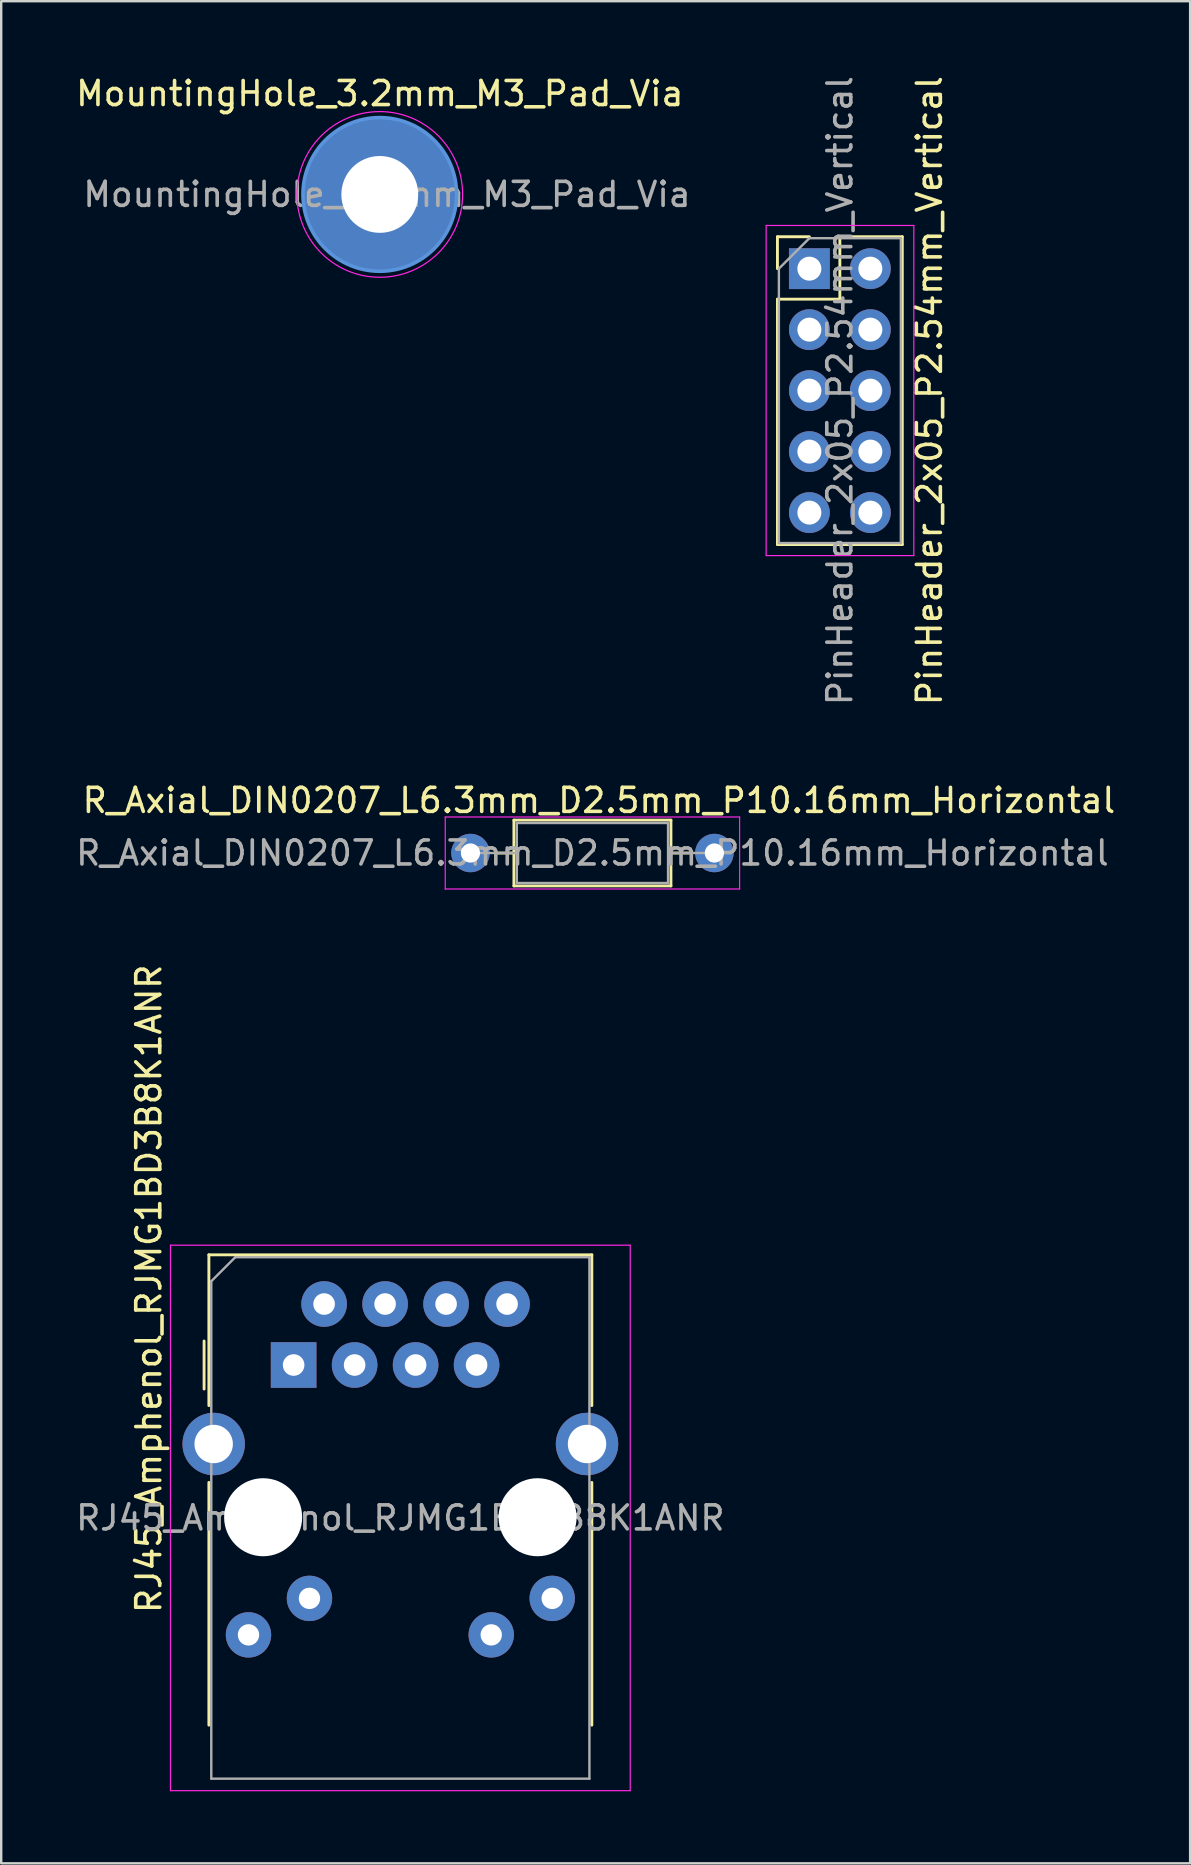
<source format=kicad_pcb>
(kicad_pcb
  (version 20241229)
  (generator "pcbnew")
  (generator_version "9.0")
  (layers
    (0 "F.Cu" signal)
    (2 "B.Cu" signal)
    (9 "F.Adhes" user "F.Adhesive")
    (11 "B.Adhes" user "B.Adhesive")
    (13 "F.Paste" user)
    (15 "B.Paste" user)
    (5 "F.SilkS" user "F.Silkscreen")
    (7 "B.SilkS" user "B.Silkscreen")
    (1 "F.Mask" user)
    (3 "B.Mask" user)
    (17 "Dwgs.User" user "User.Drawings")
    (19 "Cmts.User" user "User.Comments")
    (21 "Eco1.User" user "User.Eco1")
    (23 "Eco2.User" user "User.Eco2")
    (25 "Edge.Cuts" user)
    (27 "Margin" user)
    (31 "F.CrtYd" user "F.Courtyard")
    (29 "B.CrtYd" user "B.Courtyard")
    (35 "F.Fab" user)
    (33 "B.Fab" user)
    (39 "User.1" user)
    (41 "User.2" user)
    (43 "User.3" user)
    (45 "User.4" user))
  (footprint "PinHeader_2x05_P2.54mm_Vertical"
    (layer "F.Cu")
    (at 30.661 8.14)
    (property "Reference" "PinHeader_2x05_P2.54mm_Vertical" (at 5 5.08 90) (layer "F.SilkS") (effects (font (size 1 1) (thickness 0.15))))
    (attr through_hole)
    (fp_line (start -1.33 -1.33) (end 0 -1.33) (stroke (width 0.12) (type solid)) (layer "F.SilkS"))
    (fp_line (start -1.33 0) (end -1.33 -1.33) (stroke (width 0.12) (type solid)) (layer "F.SilkS"))
    (fp_line (start -1.33 1.27) (end -1.33 11.49) (stroke (width 0.12) (type solid)) (layer "F.SilkS"))
    (fp_line (start -1.33 1.27) (end 1.27 1.27) (stroke (width 0.12) (type solid)) (layer "F.SilkS"))
    (fp_line (start -1.33 11.49) (end 3.87 11.49) (stroke (width 0.12) (type solid)) (layer "F.SilkS"))
    (fp_line (start 1.27 -1.33) (end 3.87 -1.33) (stroke (width 0.12) (type solid)) (layer "F.SilkS"))
    (fp_line (start 1.27 1.27) (end 1.27 -1.33) (stroke (width 0.12) (type solid)) (layer "F.SilkS"))
    (fp_line (start 3.87 -1.33) (end 3.87 11.49) (stroke (width 0.12) (type solid)) (layer "F.SilkS"))
    (fp_line (start -1.8 -1.8) (end -1.8 11.95) (stroke (width 0.05) (type solid)) (layer "F.CrtYd"))
    (fp_line (start -1.8 11.95) (end 4.35 11.95) (stroke (width 0.05) (type solid)) (layer "F.CrtYd"))
    (fp_line (start 4.35 -1.8) (end -1.8 -1.8) (stroke (width 0.05) (type solid)) (layer "F.CrtYd"))
    (fp_line (start 4.35 11.95) (end 4.35 -1.8) (stroke (width 0.05) (type solid)) (layer "F.CrtYd"))
    (fp_line (start -1.27 0) (end 0 -1.27) (stroke (width 0.1) (type solid)) (layer "F.Fab"))
    (fp_line (start -1.27 11.43) (end -1.27 0) (stroke (width 0.1) (type solid)) (layer "F.Fab"))
    (fp_line (start 0 -1.27) (end 3.81 -1.27) (stroke (width 0.1) (type solid)) (layer "F.Fab"))
    (fp_line (start 3.81 -1.27) (end 3.81 11.43) (stroke (width 0.1) (type solid)) (layer "F.Fab"))
    (fp_line (start 3.81 11.43) (end -1.27 11.43) (stroke (width 0.1) (type solid)) (layer "F.Fab"))
    (fp_text user "${REFERENCE}" (at 1.27 5.08 270) (layer "F.Fab") (effects (font (size 1 1) (thickness 0.15))))
    (pad "1" thru_hole rect (at 0 0) (size 1.7 1.7) (drill 1) (layers "*.Cu" "*.Mask"))
    (pad "2" thru_hole oval (at 2.54 0) (size 1.7 1.7) (drill 1) (layers "*.Cu" "*.Mask"))
    (pad "3" thru_hole oval (at 0 2.54) (size 1.7 1.7) (drill 1) (layers "*.Cu" "*.Mask"))
    (pad "4" thru_hole oval (at 2.54 2.54) (size 1.7 1.7) (drill 1) (layers "*.Cu" "*.Mask"))
    (pad "5" thru_hole oval (at 0 5.08) (size 1.7 1.7) (drill 1) (layers "*.Cu" "*.Mask"))
    (pad "6" thru_hole oval (at 2.54 5.08) (size 1.7 1.7) (drill 1) (layers "*.Cu" "*.Mask"))
    (pad "7" thru_hole oval (at 0 7.62) (size 1.7 1.7) (drill 1) (layers "*.Cu" "*.Mask"))
    (pad "8" thru_hole oval (at 2.54 7.62) (size 1.7 1.7) (drill 1) (layers "*.Cu" "*.Mask"))
    (pad "9" thru_hole oval (at 0 10.16) (size 1.7 1.7) (drill 1) (layers "*.Cu" "*.Mask"))
    (pad "10" thru_hole oval (at 2.54 10.16) (size 1.7 1.7) (drill 1) (layers "*.Cu" "*.Mask")))
  (footprint "R_Axial_DIN0207_L6.3mm_D2.5mm_P10.16mm_Horizontal"
    (layer "F.Cu")
    (at 16.545 32.479)
    (property "Reference" "R_Axial_DIN0207_L6.3mm_D2.5mm_P10.16mm_Horizontal" (at 5.35 -2.19 0) (layer "F.SilkS") (effects (font (size 1 1) (thickness 0.15))))
    (attr through_hole)
    (fp_line (start 1.04 0) (end 1.81 0) (stroke (width 0.12) (type solid)) (layer "F.SilkS"))
    (fp_line (start 1.81 -1.37) (end 1.81 1.37) (stroke (width 0.12) (type solid)) (layer "F.SilkS"))
    (fp_line (start 1.81 1.37) (end 8.35 1.37) (stroke (width 0.12) (type solid)) (layer "F.SilkS"))
    (fp_line (start 8.35 -1.37) (end 1.81 -1.37) (stroke (width 0.12) (type solid)) (layer "F.SilkS"))
    (fp_line (start 8.35 1.37) (end 8.35 -1.37) (stroke (width 0.12) (type solid)) (layer "F.SilkS"))
    (fp_line (start 9.12 0) (end 8.35 0) (stroke (width 0.12) (type solid)) (layer "F.SilkS"))
    (fp_line (start -1.05 -1.5) (end -1.05 1.5) (stroke (width 0.05) (type solid)) (layer "F.CrtYd"))
    (fp_line (start -1.05 1.5) (end 11.21 1.5) (stroke (width 0.05) (type solid)) (layer "F.CrtYd"))
    (fp_line (start 11.21 -1.5) (end -1.05 -1.5) (stroke (width 0.05) (type solid)) (layer "F.CrtYd"))
    (fp_line (start 11.21 1.5) (end 11.21 -1.5) (stroke (width 0.05) (type solid)) (layer "F.CrtYd"))
    (fp_line (start 0 0) (end 1.93 0) (stroke (width 0.1) (type solid)) (layer "F.Fab"))
    (fp_line (start 1.93 -1.25) (end 1.93 1.25) (stroke (width 0.1) (type solid)) (layer "F.Fab"))
    (fp_line (start 1.93 1.25) (end 8.23 1.25) (stroke (width 0.1) (type solid)) (layer "F.Fab"))
    (fp_line (start 8.23 -1.25) (end 1.93 -1.25) (stroke (width 0.1) (type solid)) (layer "F.Fab"))
    (fp_line (start 8.23 1.25) (end 8.23 -1.25) (stroke (width 0.1) (type solid)) (layer "F.Fab"))
    (fp_line (start 10.16 0) (end 8.23 0) (stroke (width 0.1) (type solid)) (layer "F.Fab"))
    (fp_text user "${REFERENCE}" (at 5.08 0 0) (layer "F.Fab") (effects (font (size 1 1) (thickness 0.15))))
    (pad "1" thru_hole circle (at 0 0) (size 1.6 1.6) (drill 0.8) (layers "*.Cu" "*.Mask"))
    (pad "2" thru_hole oval (at 10.16 0) (size 1.6 1.6) (drill 0.8) (layers "*.Cu" "*.Mask")))
  (footprint "MountingHole_3.2mm_M3_Pad_Via"
    (layer "F.Cu")
    (at 12.768 5.048)
    (property "Reference" "MountingHole_3.2mm_M3_Pad_Via" (at 0 -4.2 0) (layer "F.SilkS") (effects (font (size 1 1) (thickness 0.15))))
    (attr exclude_from_pos_files)
    (fp_circle (center 0 0) (end 3.2 0) (stroke (width 0.15) (type solid)) (fill no) (layer "Cmts.User"))
    (fp_circle (center 0 0) (end 3.45 0) (stroke (width 0.05) (type solid)) (fill no) (layer "F.CrtYd"))
    (fp_text user "${REFERENCE}" (at 0.3 0 0) (layer "F.Fab") (effects (font (size 1 1) (thickness 0.15))))
    (pad "1" thru_hole circle (at 0 0) (size 6.4 6.4) (drill 3.2) (layers "*.Cu" "*.Mask")))
  (footprint "RJ45_Amphenol_RJMG1BD3B8K1ANR"
    (layer "F.Cu")
    (at 9.18 53.804)
    (property "Reference" "RJ45_Amphenol_RJMG1BD3B8K1ANR" (at -6.032 -3.175 90) (layer "F.SilkS") (effects (font (size 1 1) (thickness 0.15))))
    (attr through_hole)
    (fp_line (start -3.73 -1) (end -3.73 1) (stroke (width 0.12) (type solid)) (layer "F.SilkS"))
    (fp_line (start -3.53 -4.59) (end 12.42 -4.59) (stroke (width 0.12) (type solid)) (layer "F.SilkS"))
    (fp_line (start -3.53 1.69) (end -3.53 -4.59) (stroke (width 0.12) (type solid)) (layer "F.SilkS"))
    (fp_line (start -3.53 15) (end -3.53 4.89) (stroke (width 0.12) (type solid)) (layer "F.SilkS"))
    (fp_line (start 12.42 -4.59) (end 12.42 1.69) (stroke (width 0.12) (type solid)) (layer "F.SilkS"))
    (fp_line (start 12.42 4.89) (end 12.42 15) (stroke (width 0.12) (type solid)) (layer "F.SilkS"))
    (fp_line (start -5.13 -4.99) (end -5.13 17.73) (stroke (width 0.05) (type solid)) (layer "F.CrtYd"))
    (fp_line (start -5.13 17.73) (end 14.02 17.73) (stroke (width 0.05) (type solid)) (layer "F.CrtYd"))
    (fp_line (start 14.02 -4.99) (end -5.13 -4.99) (stroke (width 0.05) (type solid)) (layer "F.CrtYd"))
    (fp_line (start 14.02 17.73) (end 14.02 -4.99) (stroke (width 0.05) (type solid)) (layer "F.CrtYd"))
    (fp_line (start -3.43 -3.49) (end -2.43 -4.49) (stroke (width 0.1) (type solid)) (layer "F.Fab"))
    (fp_line (start -3.43 17.23) (end -3.43 -3.49) (stroke (width 0.1) (type solid)) (layer "F.Fab"))
    (fp_line (start -2.43 -4.49) (end 12.32 -4.49) (stroke (width 0.1) (type solid)) (layer "F.Fab"))
    (fp_line (start 12.32 -4.49) (end 12.32 17.23) (stroke (width 0.1) (type solid)) (layer "F.Fab"))
    (fp_line (start 12.32 17.23) (end -3.43 17.23) (stroke (width 0.1) (type solid)) (layer "F.Fab"))
    (fp_text user "${REFERENCE}" (at 4.445 6.37 0) (layer "F.Fab") (effects (font (size 1 1) (thickness 0.15))))
    (pad "" np_thru_hole circle (at -1.27 6.34) (size 3.25 3.25) (drill 3.25) (layers "*.Cu" "*.Mask"))
    (pad "" np_thru_hole circle (at 10.16 6.34) (size 3.25 3.25) (drill 3.25) (layers "*.Cu" "*.Mask"))
    (pad "13" thru_hole circle (at -3.33 3.29) (size 2.6 2.6) (drill 1.6) (layers "*.Cu" "*.Mask"))
    (pad "13" thru_hole circle (at 12.22 3.29) (size 2.6 2.6) (drill 1.6) (layers "*.Cu" "*.Mask"))
    (pad "L1" thru_hole circle (at 10.77 9.72) (size 1.89 1.89) (drill 0.89) (layers "*.Cu" "*.Mask"))
    (pad "L2" thru_hole circle (at 8.23 11.24) (size 1.89 1.89) (drill 0.89) (layers "*.Cu" "*.Mask"))
    (pad "L3" thru_hole circle (at 0.66 9.72) (size 1.89 1.89) (drill 0.89) (layers "*.Cu" "*.Mask"))
    (pad "L4" thru_hole circle (at -1.88 11.24) (size 1.89 1.89) (drill 0.89) (layers "*.Cu" "*.Mask"))
    (pad "R1" thru_hole rect (at 0 0) (size 1.9 1.9) (drill 0.9) (layers "*.Cu" "*.Mask"))
    (pad "R2" thru_hole circle (at 1.27 -2.54) (size 1.9 1.9) (drill 0.9) (layers "*.Cu" "*.Mask"))
    (pad "R3" thru_hole circle (at 2.54 0) (size 1.9 1.9) (drill 0.9) (layers "*.Cu" "*.Mask"))
    (pad "R4" thru_hole circle (at 3.81 -2.54) (size 1.9 1.9) (drill 0.9) (layers "*.Cu" "*.Mask"))
    (pad "R5" thru_hole circle (at 5.08 0) (size 1.9 1.9) (drill 0.9) (layers "*.Cu" "*.Mask"))
    (pad "R6" thru_hole circle (at 6.35 -2.54) (size 1.9 1.9) (drill 0.9) (layers "*.Cu" "*.Mask"))
    (pad "R7" thru_hole circle (at 7.62 0) (size 1.9 1.9) (drill 0.9) (layers "*.Cu" "*.Mask"))
    (pad "R8" thru_hole circle (at 8.89 -2.54) (size 1.9 1.9) (drill 0.9) (layers "*.Cu" "*.Mask")))
  (gr_rect
    (start -3 -3)
    (end 46.52 74.559)
    (stroke (width 0.1) (type default))
    (fill no)
    (layer "Edge.Cuts")))
</source>
